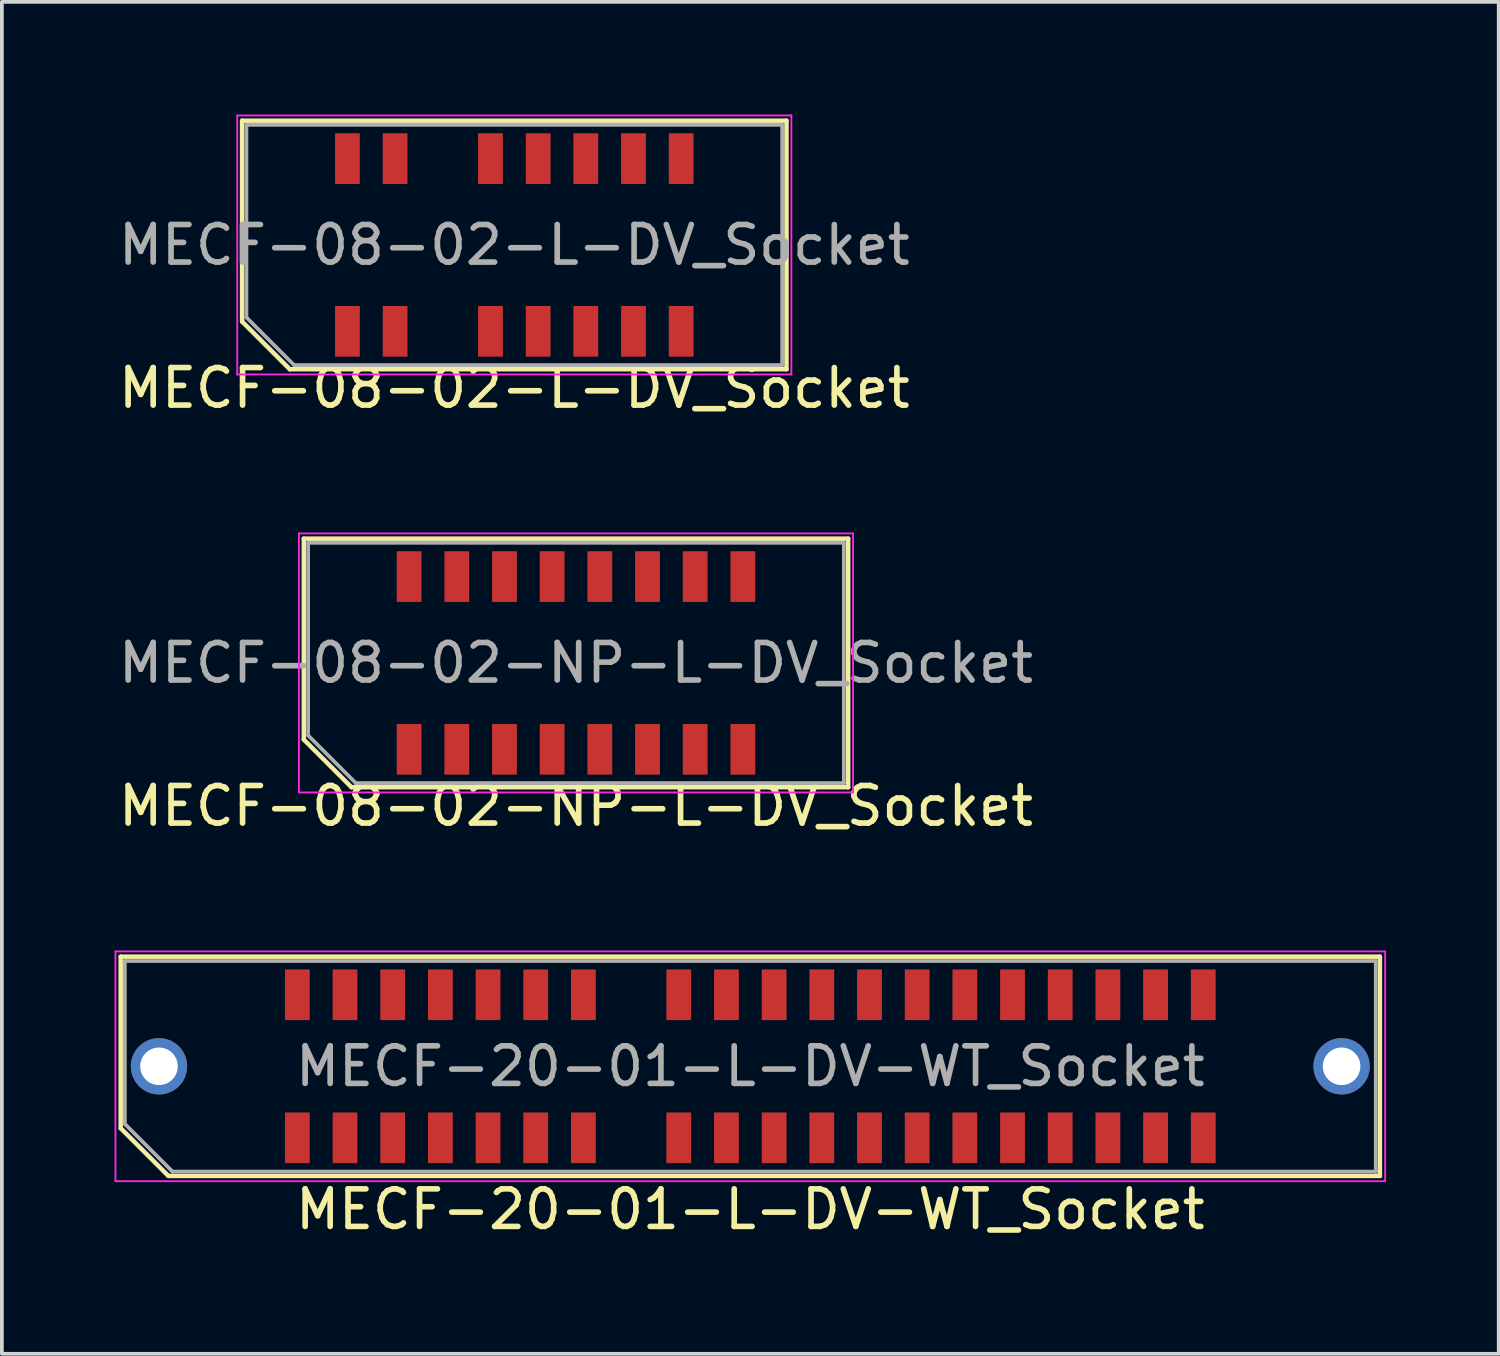
<source format=kicad_pcb>
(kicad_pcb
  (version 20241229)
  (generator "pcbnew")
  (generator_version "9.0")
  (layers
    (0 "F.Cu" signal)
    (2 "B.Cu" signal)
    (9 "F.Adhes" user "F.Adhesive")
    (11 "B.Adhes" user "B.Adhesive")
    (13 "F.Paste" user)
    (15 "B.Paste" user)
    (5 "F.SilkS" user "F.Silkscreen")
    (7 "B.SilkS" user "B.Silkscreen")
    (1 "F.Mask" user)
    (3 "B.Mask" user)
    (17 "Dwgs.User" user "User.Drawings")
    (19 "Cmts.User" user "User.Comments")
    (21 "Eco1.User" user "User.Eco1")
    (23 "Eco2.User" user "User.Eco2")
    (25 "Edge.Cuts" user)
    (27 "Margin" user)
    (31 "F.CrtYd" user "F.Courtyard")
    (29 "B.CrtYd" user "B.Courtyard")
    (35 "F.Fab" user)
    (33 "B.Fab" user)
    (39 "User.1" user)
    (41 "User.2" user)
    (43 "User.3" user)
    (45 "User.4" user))
  (footprint "MECF-08-02-L-DV_Socket"
    (layer "F.Cu")
    (at 10.649 3.475)
    (property "Reference" "MECF-08-02-L-DV_Socket" (at 0 3.81 0) (layer "F.SilkS") (effects (font (size 1 1) (thickness 0.15))))
    (attr smd)
    (fp_line (start -7.25 -3.31) (end 7.25 -3.31) (stroke (width 0.12) (type solid)) (layer "F.SilkS"))
    (fp_line (start -7.25 2.04) (end -7.25 -3.31) (stroke (width 0.12) (type solid)) (layer "F.SilkS"))
    (fp_line (start -5.98 3.31) (end -7.25 2.04) (stroke (width 0.12) (type solid)) (layer "F.SilkS"))
    (fp_line (start -5.98 3.31) (end 7.25 3.31) (stroke (width 0.12) (type solid)) (layer "F.SilkS"))
    (fp_line (start 7.25 3.31) (end 7.25 -3.31) (stroke (width 0.12) (type solid)) (layer "F.SilkS"))
    (fp_line (start -7.38 -3.45) (end -7.38 3.45) (stroke (width 0.05) (type solid)) (layer "F.CrtYd"))
    (fp_line (start -7.38 3.45) (end 7.38 3.45) (stroke (width 0.05) (type solid)) (layer "F.CrtYd"))
    (fp_line (start 7.38 -3.45) (end -7.38 -3.45) (stroke (width 0.05) (type solid)) (layer "F.CrtYd"))
    (fp_line (start 7.38 3.45) (end 7.38 -3.45) (stroke (width 0.05) (type solid)) (layer "F.CrtYd"))
    (fp_line (start -7.135 -3.2) (end 7.135 -3.2) (stroke (width 0.1) (type solid)) (layer "F.Fab"))
    (fp_line (start -7.135 1.93) (end -7.135 -3.2) (stroke (width 0.1) (type solid)) (layer "F.Fab"))
    (fp_line (start -7.135 1.93) (end -5.865 3.2) (stroke (width 0.1) (type solid)) (layer "F.Fab"))
    (fp_line (start -5.865 3.2) (end 7.135 3.2) (stroke (width 0.1) (type solid)) (layer "F.Fab"))
    (fp_line (start 7.135 3.2) (end 7.135 -3.2) (stroke (width 0.1) (type solid)) (layer "F.Fab"))
    (fp_text user "${REFERENCE}" (at 0 0 0) (layer "F.Fab") (effects (font (size 1 1) (thickness 0.15))))
    (pad "" np_thru_hole circle (at -6.225 0) (size 0.001 0.001) (drill 1.45) (layers "*.Cu" "*.Mask"))
    (pad "" np_thru_hole circle (at 6.225 1) (size 0.001 0.001) (drill 1.45) (layers "*.Cu" "*.Mask"))
    (pad "1" smd rect (at -4.445 2.3) (size 0.66 1.35) (layers "F.Cu" "F.Mask" "F.Paste"))
    (pad "2" smd rect (at -4.445 -2.3) (size 0.66 1.35) (layers "F.Cu" "F.Mask" "F.Paste"))
    (pad "3" smd rect (at -3.175 2.3) (size 0.66 1.35) (layers "F.Cu" "F.Mask" "F.Paste"))
    (pad "4" smd rect (at -3.175 -2.3) (size 0.66 1.35) (layers "F.Cu" "F.Mask" "F.Paste"))
    (pad "7" smd rect (at -0.635 2.3) (size 0.66 1.35) (layers "F.Cu" "F.Mask" "F.Paste"))
    (pad "8" smd rect (at -0.635 -2.3) (size 0.66 1.35) (layers "F.Cu" "F.Mask" "F.Paste"))
    (pad "9" smd rect (at 0.635 2.3) (size 0.66 1.35) (layers "F.Cu" "F.Mask" "F.Paste"))
    (pad "10" smd rect (at 0.635 -2.3) (size 0.66 1.35) (layers "F.Cu" "F.Mask" "F.Paste"))
    (pad "11" smd rect (at 1.905 2.3) (size 0.66 1.35) (layers "F.Cu" "F.Mask" "F.Paste"))
    (pad "12" smd rect (at 1.905 -2.3) (size 0.66 1.35) (layers "F.Cu" "F.Mask" "F.Paste"))
    (pad "13" smd rect (at 3.175 2.3) (size 0.66 1.35) (layers "F.Cu" "F.Mask" "F.Paste"))
    (pad "14" smd rect (at 3.175 -2.3) (size 0.66 1.35) (layers "F.Cu" "F.Mask" "F.Paste"))
    (pad "15" smd rect (at 4.445 2.3) (size 0.66 1.35) (layers "F.Cu" "F.Mask" "F.Paste"))
    (pad "16" smd rect (at 4.445 -2.3) (size 0.66 1.35) (layers "F.Cu" "F.Mask" "F.Paste")))
  (footprint "MECF-08-02-NP-L-DV_Socket"
    (layer "F.Cu")
    (at 12.292 14.608)
    (property "Reference" "MECF-08-02-NP-L-DV_Socket" (at 0 3.81 0) (layer "F.SilkS") (effects (font (size 1 1) (thickness 0.15))))
    (attr smd)
    (fp_line (start -7.25 -3.31) (end 7.25 -3.31) (stroke (width 0.12) (type solid)) (layer "F.SilkS"))
    (fp_line (start -7.25 2.04) (end -7.25 -3.31) (stroke (width 0.12) (type solid)) (layer "F.SilkS"))
    (fp_line (start -5.98 3.31) (end -7.25 2.04) (stroke (width 0.12) (type solid)) (layer "F.SilkS"))
    (fp_line (start -5.98 3.31) (end 7.25 3.31) (stroke (width 0.12) (type solid)) (layer "F.SilkS"))
    (fp_line (start 7.25 3.31) (end 7.25 -3.31) (stroke (width 0.12) (type solid)) (layer "F.SilkS"))
    (fp_line (start -7.38 -3.45) (end -7.38 3.45) (stroke (width 0.05) (type solid)) (layer "F.CrtYd"))
    (fp_line (start -7.38 3.45) (end 7.38 3.45) (stroke (width 0.05) (type solid)) (layer "F.CrtYd"))
    (fp_line (start 7.38 -3.45) (end -7.38 -3.45) (stroke (width 0.05) (type solid)) (layer "F.CrtYd"))
    (fp_line (start 7.38 3.45) (end 7.38 -3.45) (stroke (width 0.05) (type solid)) (layer "F.CrtYd"))
    (fp_line (start -7.135 -3.2) (end 7.135 -3.2) (stroke (width 0.1) (type solid)) (layer "F.Fab"))
    (fp_line (start -7.135 1.93) (end -7.135 -3.2) (stroke (width 0.1) (type solid)) (layer "F.Fab"))
    (fp_line (start -7.135 1.93) (end -5.865 3.2) (stroke (width 0.1) (type solid)) (layer "F.Fab"))
    (fp_line (start -5.865 3.2) (end 7.135 3.2) (stroke (width 0.1) (type solid)) (layer "F.Fab"))
    (fp_line (start 7.135 3.2) (end 7.135 -3.2) (stroke (width 0.1) (type solid)) (layer "F.Fab"))
    (fp_text user "${REFERENCE}" (at 0 0 0) (layer "F.Fab") (effects (font (size 1 1) (thickness 0.15))))
    (pad "" np_thru_hole circle (at -6.225 0) (size 0.001 0.001) (drill 1.45) (layers "*.Cu" "*.Mask"))
    (pad "" np_thru_hole circle (at 6.225 1) (size 0.001 0.001) (drill 1.45) (layers "*.Cu" "*.Mask"))
    (pad "1" smd rect (at -4.445 2.3) (size 0.66 1.35) (layers "F.Cu" "F.Mask" "F.Paste"))
    (pad "2" smd rect (at -4.445 -2.3) (size 0.66 1.35) (layers "F.Cu" "F.Mask" "F.Paste"))
    (pad "3" smd rect (at -3.175 2.3) (size 0.66 1.35) (layers "F.Cu" "F.Mask" "F.Paste"))
    (pad "4" smd rect (at -3.175 -2.3) (size 0.66 1.35) (layers "F.Cu" "F.Mask" "F.Paste"))
    (pad "5" smd rect (at -1.905 2.3) (size 0.66 1.35) (layers "F.Cu" "F.Mask" "F.Paste"))
    (pad "6" smd rect (at -1.905 -2.3) (size 0.66 1.35) (layers "F.Cu" "F.Mask" "F.Paste"))
    (pad "7" smd rect (at -0.635 2.3) (size 0.66 1.35) (layers "F.Cu" "F.Mask" "F.Paste"))
    (pad "8" smd rect (at -0.635 -2.3) (size 0.66 1.35) (layers "F.Cu" "F.Mask" "F.Paste"))
    (pad "9" smd rect (at 0.635 2.3) (size 0.66 1.35) (layers "F.Cu" "F.Mask" "F.Paste"))
    (pad "10" smd rect (at 0.635 -2.3) (size 0.66 1.35) (layers "F.Cu" "F.Mask" "F.Paste"))
    (pad "11" smd rect (at 1.905 2.3) (size 0.66 1.35) (layers "F.Cu" "F.Mask" "F.Paste"))
    (pad "12" smd rect (at 1.905 -2.3) (size 0.66 1.35) (layers "F.Cu" "F.Mask" "F.Paste"))
    (pad "13" smd rect (at 3.175 2.3) (size 0.66 1.35) (layers "F.Cu" "F.Mask" "F.Paste"))
    (pad "14" smd rect (at 3.175 -2.3) (size 0.66 1.35) (layers "F.Cu" "F.Mask" "F.Paste"))
    (pad "15" smd rect (at 4.445 2.3) (size 0.66 1.35) (layers "F.Cu" "F.Mask" "F.Paste"))
    (pad "16" smd rect (at 4.445 -2.3) (size 0.66 1.35) (layers "F.Cu" "F.Mask" "F.Paste")))
  (footprint "MECF-20-01-L-DV-WT_Socket"
    (layer "F.Cu")
    (at 16.935 25.352)
    (property "Reference" "MECF-20-01-L-DV-WT_Socket" (at 0 3.81 0) (layer "F.SilkS") (effects (font (size 1 1) (thickness 0.15))))
    (attr smd)
    (fp_line (start -16.77 -2.92) (end 16.77 -2.92) (stroke (width 0.12) (type solid)) (layer "F.SilkS"))
    (fp_line (start -16.77 1.65) (end -16.77 -2.92) (stroke (width 0.12) (type solid)) (layer "F.SilkS"))
    (fp_line (start -15.5 2.92) (end -16.77 1.65) (stroke (width 0.12) (type solid)) (layer "F.SilkS"))
    (fp_line (start -15.5 2.92) (end 16.77 2.92) (stroke (width 0.12) (type solid)) (layer "F.SilkS"))
    (fp_line (start 16.77 2.92) (end 16.77 -2.92) (stroke (width 0.12) (type solid)) (layer "F.SilkS"))
    (fp_line (start -16.91 -3.06) (end -16.91 3.06) (stroke (width 0.05) (type solid)) (layer "F.CrtYd"))
    (fp_line (start -16.91 3.06) (end 16.91 3.06) (stroke (width 0.05) (type solid)) (layer "F.CrtYd"))
    (fp_line (start 16.91 -3.06) (end -16.91 -3.06) (stroke (width 0.05) (type solid)) (layer "F.CrtYd"))
    (fp_line (start 16.91 3.06) (end 16.91 -3.06) (stroke (width 0.05) (type solid)) (layer "F.CrtYd"))
    (fp_line (start -16.66 -2.805) (end 16.66 -2.805) (stroke (width 0.1) (type solid)) (layer "F.Fab"))
    (fp_line (start -16.66 1.535) (end -16.66 -2.805) (stroke (width 0.1) (type solid)) (layer "F.Fab"))
    (fp_line (start -16.66 1.535) (end -15.39 2.805) (stroke (width 0.1) (type solid)) (layer "F.Fab"))
    (fp_line (start -15.39 2.805) (end 16.66 2.805) (stroke (width 0.1) (type solid)) (layer "F.Fab"))
    (fp_line (start 16.66 2.805) (end 16.66 -2.805) (stroke (width 0.1) (type solid)) (layer "F.Fab"))
    (fp_text user "${REFERENCE}" (at 0 0 0) (layer "F.Fab") (effects (font (size 1 1) (thickness 0.15))))
    (pad "" thru_hole circle (at -15.75 0) (size 1.5 1.5) (drill 1) (layers "*.Cu" "*.Mask"))
    (pad "" np_thru_hole circle (at -13.845 0) (size 0.001 0.001) (drill 1.45) (layers "*.Cu" "*.Mask"))
    (pad "" np_thru_hole circle (at 13.845 1) (size 0.001 0.001) (drill 1.45) (layers "*.Cu" "*.Mask"))
    (pad "" thru_hole circle (at 15.75 0) (size 1.5 1.5) (drill 1) (layers "*.Cu" "*.Mask"))
    (pad "1" smd rect (at -12.065 1.905) (size 0.66 1.35) (layers "F.Cu" "F.Mask" "F.Paste"))
    (pad "2" smd rect (at -12.065 -1.905) (size 0.66 1.35) (layers "F.Cu" "F.Mask" "F.Paste"))
    (pad "3" smd rect (at -10.795 1.905) (size 0.66 1.35) (layers "F.Cu" "F.Mask" "F.Paste"))
    (pad "4" smd rect (at -10.795 -1.905) (size 0.66 1.35) (layers "F.Cu" "F.Mask" "F.Paste"))
    (pad "5" smd rect (at -9.525 1.905) (size 0.66 1.35) (layers "F.Cu" "F.Mask" "F.Paste"))
    (pad "6" smd rect (at -9.525 -1.905) (size 0.66 1.35) (layers "F.Cu" "F.Mask" "F.Paste"))
    (pad "7" smd rect (at -8.255 1.905) (size 0.66 1.35) (layers "F.Cu" "F.Mask" "F.Paste"))
    (pad "8" smd rect (at -8.255 -1.905) (size 0.66 1.35) (layers "F.Cu" "F.Mask" "F.Paste"))
    (pad "9" smd rect (at -6.985 1.905) (size 0.66 1.35) (layers "F.Cu" "F.Mask" "F.Paste"))
    (pad "10" smd rect (at -6.985 -1.905) (size 0.66 1.35) (layers "F.Cu" "F.Mask" "F.Paste"))
    (pad "11" smd rect (at -5.715 1.905) (size 0.66 1.35) (layers "F.Cu" "F.Mask" "F.Paste"))
    (pad "12" smd rect (at -5.715 -1.905) (size 0.66 1.35) (layers "F.Cu" "F.Mask" "F.Paste"))
    (pad "13" smd rect (at -4.445 1.905) (size 0.66 1.35) (layers "F.Cu" "F.Mask" "F.Paste"))
    (pad "14" smd rect (at -4.445 -1.905) (size 0.66 1.35) (layers "F.Cu" "F.Mask" "F.Paste"))
    (pad "17" smd rect (at -1.905 1.905) (size 0.66 1.35) (layers "F.Cu" "F.Mask" "F.Paste"))
    (pad "18" smd rect (at -1.905 -1.905) (size 0.66 1.35) (layers "F.Cu" "F.Mask" "F.Paste"))
    (pad "19" smd rect (at -0.635 1.905) (size 0.66 1.35) (layers "F.Cu" "F.Mask" "F.Paste"))
    (pad "20" smd rect (at -0.635 -1.905) (size 0.66 1.35) (layers "F.Cu" "F.Mask" "F.Paste"))
    (pad "21" smd rect (at 0.635 1.905) (size 0.66 1.35) (layers "F.Cu" "F.Mask" "F.Paste"))
    (pad "22" smd rect (at 0.635 -1.905) (size 0.66 1.35) (layers "F.Cu" "F.Mask" "F.Paste"))
    (pad "23" smd rect (at 1.905 1.905) (size 0.66 1.35) (layers "F.Cu" "F.Mask" "F.Paste"))
    (pad "24" smd rect (at 1.905 -1.905) (size 0.66 1.35) (layers "F.Cu" "F.Mask" "F.Paste"))
    (pad "25" smd rect (at 3.175 1.905) (size 0.66 1.35) (layers "F.Cu" "F.Mask" "F.Paste"))
    (pad "26" smd rect (at 3.175 -1.905) (size 0.66 1.35) (layers "F.Cu" "F.Mask" "F.Paste"))
    (pad "27" smd rect (at 4.445 1.905) (size 0.66 1.35) (layers "F.Cu" "F.Mask" "F.Paste"))
    (pad "28" smd rect (at 4.445 -1.905) (size 0.66 1.35) (layers "F.Cu" "F.Mask" "F.Paste"))
    (pad "29" smd rect (at 5.715 1.905) (size 0.66 1.35) (layers "F.Cu" "F.Mask" "F.Paste"))
    (pad "30" smd rect (at 5.715 -1.905) (size 0.66 1.35) (layers "F.Cu" "F.Mask" "F.Paste"))
    (pad "31" smd rect (at 6.985 1.905) (size 0.66 1.35) (layers "F.Cu" "F.Mask" "F.Paste"))
    (pad "32" smd rect (at 6.985 -1.905) (size 0.66 1.35) (layers "F.Cu" "F.Mask" "F.Paste"))
    (pad "33" smd rect (at 8.255 1.905) (size 0.66 1.35) (layers "F.Cu" "F.Mask" "F.Paste"))
    (pad "34" smd rect (at 8.255 -1.905) (size 0.66 1.35) (layers "F.Cu" "F.Mask" "F.Paste"))
    (pad "35" smd rect (at 9.525 1.905) (size 0.66 1.35) (layers "F.Cu" "F.Mask" "F.Paste"))
    (pad "36" smd rect (at 9.525 -1.905) (size 0.66 1.35) (layers "F.Cu" "F.Mask" "F.Paste"))
    (pad "37" smd rect (at 10.795 1.905) (size 0.66 1.35) (layers "F.Cu" "F.Mask" "F.Paste"))
    (pad "38" smd rect (at 10.795 -1.905) (size 0.66 1.35) (layers "F.Cu" "F.Mask" "F.Paste"))
    (pad "39" smd rect (at 12.065 1.905) (size 0.66 1.35) (layers "F.Cu" "F.Mask" "F.Paste"))
    (pad "40" smd rect (at 12.065 -1.905) (size 0.66 1.35) (layers "F.Cu" "F.Mask" "F.Paste")))
  (gr_rect
    (start -3 -3)
    (end 36.87 33.01)
    (stroke (width 0.1) (type default))
    (fill no)
    (layer "Edge.Cuts")))
</source>
